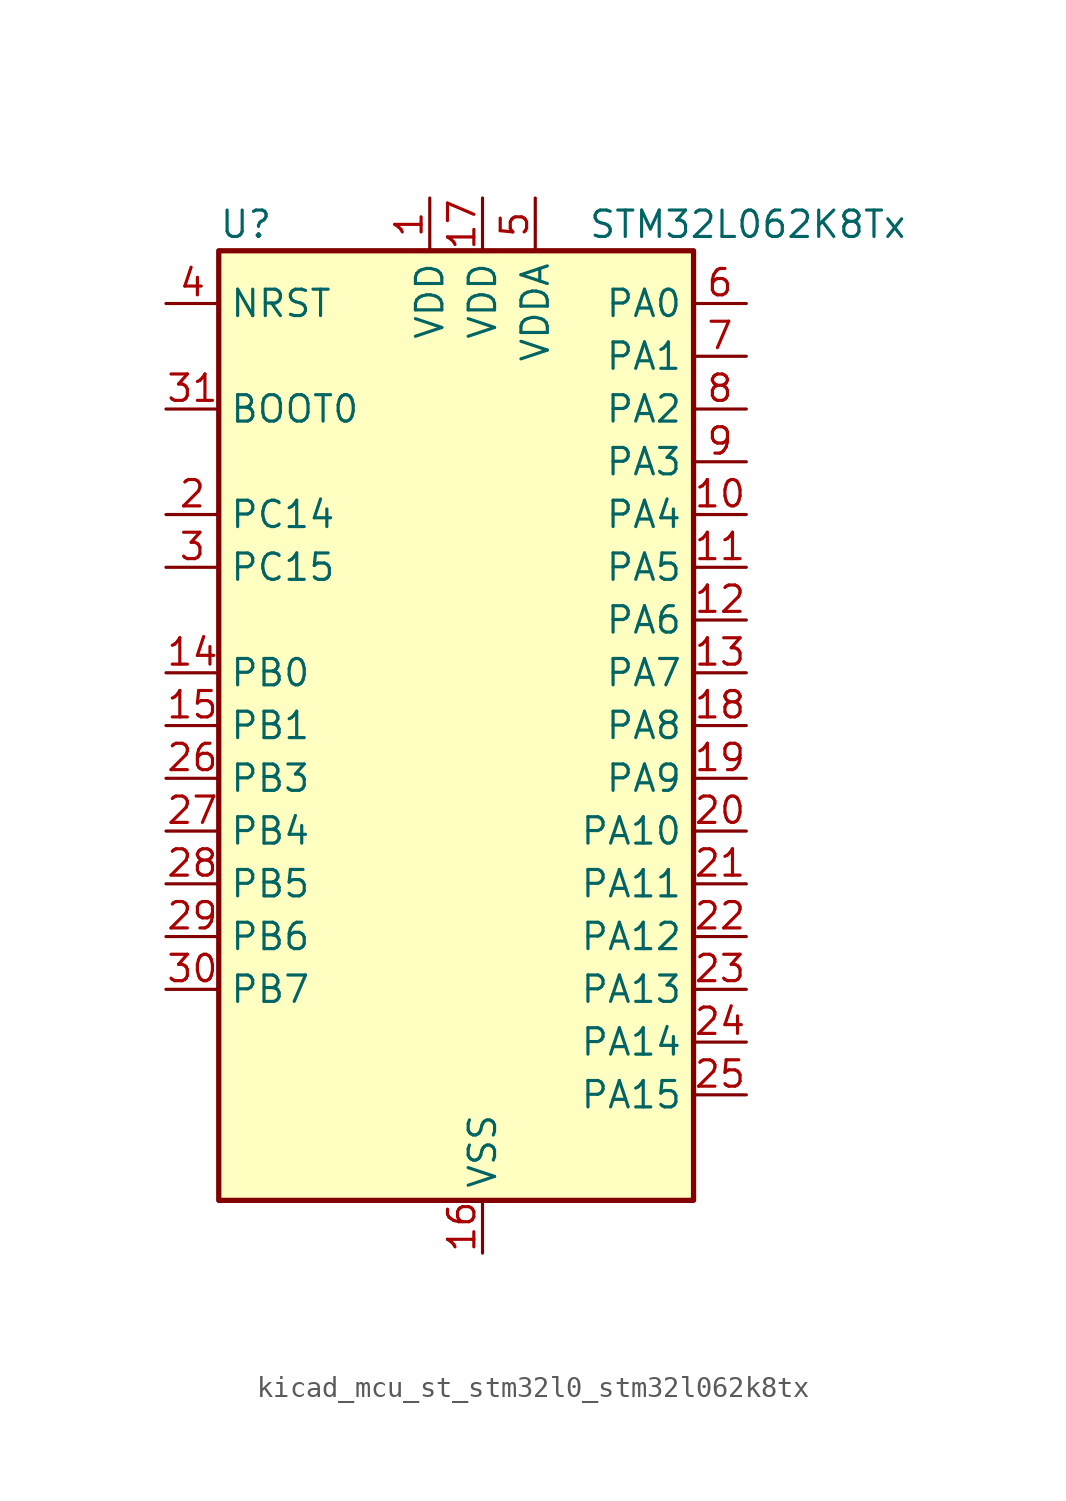
<source format=kicad_sym>
(kicad_symbol_lib
  (version 20220914)
  (generator kicad_symbol_editor)
  (symbol "kicad_mcu_st_stm32l0_stm32l062k8tx"
    (property "Reference" "U"
      (at -10.16 24.13 0)
      (effects (font (size 1.27 1.27)) (justify left)))
    (property "Value" "STM32L062K8Tx"
      (at 7.62 24.13 0)
      (effects (font (size 1.27 1.27)) (justify left)))
    (property "ki_locked" ""
      (at 0 0 0)
      (effects (font (size 1.27 1.27))))
    (symbol "kicad_mcu_st_stm32l0_stm32l062k8tx_0_1"
      (rectangle (start -10.16 -22.86) (end 12.7 22.86) (stroke (width 0.254) (type default)) (fill (type background))))
    (symbol "kicad_mcu_st_stm32l0_stm32l062k8tx_1_1"
      (pin power_in line (at 0 25.4 270) (length 2.54) (name "VDD" (effects (font (size 1.27 1.27)))) (number "1" (effects (font (size 1.27 1.27)))))
      (pin bidirectional line (at 15.24 10.16 180) (length 2.54) (name "PA4" (effects (font (size 1.27 1.27)))) (number "10" (effects (font (size 1.27 1.27)))) (alternate "ADC_IN4" bidirectional line) (alternate "COMP1_INM" bidirectional line) (alternate "COMP2_INM" bidirectional line) (alternate "DAC_OUT1" bidirectional line) (alternate "SPI1_NSS" bidirectional line) (alternate "TIM22_ETR" bidirectional line) (alternate "TSC_G2_IO1" bidirectional line) (alternate "USART2_CK" bidirectional line))
      (pin bidirectional line (at 15.24 7.62 180) (length 2.54) (name "PA5" (effects (font (size 1.27 1.27)))) (number "11" (effects (font (size 1.27 1.27)))) (alternate "ADC_IN5" bidirectional line) (alternate "COMP1_INM" bidirectional line) (alternate "COMP2_INM" bidirectional line) (alternate "SPI1_SCK" bidirectional line) (alternate "TIM2_CH1" bidirectional line) (alternate "TIM2_ETR" bidirectional line) (alternate "TSC_G2_IO2" bidirectional line))
      (pin bidirectional line (at 15.24 5.08 180) (length 2.54) (name "PA6" (effects (font (size 1.27 1.27)))) (number "12" (effects (font (size 1.27 1.27)))) (alternate "ADC_IN6" bidirectional line) (alternate "COMP1_OUT" bidirectional line) (alternate "SPI1_MISO" bidirectional line) (alternate "TIM22_CH1" bidirectional line) (alternate "TSC_G2_IO3" bidirectional line))
      (pin bidirectional line (at 15.24 2.54 180) (length 2.54) (name "PA7" (effects (font (size 1.27 1.27)))) (number "13" (effects (font (size 1.27 1.27)))) (alternate "ADC_IN7" bidirectional line) (alternate "COMP2_OUT" bidirectional line) (alternate "SPI1_MOSI" bidirectional line) (alternate "TIM22_CH2" bidirectional line) (alternate "TSC_G2_IO4" bidirectional line))
      (pin bidirectional line (at -12.7 2.54 0) (length 2.54) (name "PB0" (effects (font (size 1.27 1.27)))) (number "14" (effects (font (size 1.27 1.27)))) (alternate "ADC_IN8" bidirectional line) (alternate "SYS_VREF_OUT_PB0" bidirectional line) (alternate "TSC_G3_IO2" bidirectional line))
      (pin bidirectional line (at -12.7 0 0) (length 2.54) (name "PB1" (effects (font (size 1.27 1.27)))) (number "15" (effects (font (size 1.27 1.27)))) (alternate "ADC_IN9" bidirectional line) (alternate "SYS_VREF_OUT_PB1" bidirectional line) (alternate "TSC_G3_IO3" bidirectional line))
      (pin power_in line (at 2.54 -25.4 90) (length 2.54) (name "VSS" (effects (font (size 1.27 1.27)))) (number "16" (effects (font (size 1.27 1.27)))))
      (pin power_in line (at 2.54 25.4 270) (length 2.54) (name "VDD" (effects (font (size 1.27 1.27)))) (number "17" (effects (font (size 1.27 1.27)))))
      (pin bidirectional line (at 15.24 0 180) (length 2.54) (name "PA8" (effects (font (size 1.27 1.27)))) (number "18" (effects (font (size 1.27 1.27)))) (alternate "CRS_SYNC" bidirectional line) (alternate "RCC_MCO" bidirectional line) (alternate "USART1_CK" bidirectional line))
      (pin bidirectional line (at 15.24 -2.54 180) (length 2.54) (name "PA9" (effects (font (size 1.27 1.27)))) (number "19" (effects (font (size 1.27 1.27)))) (alternate "DAC_EXTI9" bidirectional line) (alternate "RCC_MCO" bidirectional line) (alternate "TSC_G4_IO1" bidirectional line) (alternate "USART1_TX" bidirectional line))
      (pin bidirectional line (at -12.7 10.16 0) (length 2.54) (name "PC14" (effects (font (size 1.27 1.27)))) (number "2" (effects (font (size 1.27 1.27)))) (alternate "RCC_OSC32_IN" bidirectional line))
      (pin bidirectional line (at 15.24 -5.08 180) (length 2.54) (name "PA10" (effects (font (size 1.27 1.27)))) (number "20" (effects (font (size 1.27 1.27)))) (alternate "TSC_G4_IO2" bidirectional line) (alternate "USART1_RX" bidirectional line))
      (pin bidirectional line (at 15.24 -7.62 180) (length 2.54) (name "PA11" (effects (font (size 1.27 1.27)))) (number "21" (effects (font (size 1.27 1.27)))) (alternate "ADC_EXTI11" bidirectional line) (alternate "COMP1_OUT" bidirectional line) (alternate "SPI1_MISO" bidirectional line) (alternate "TSC_G4_IO3" bidirectional line) (alternate "USART1_CTS" bidirectional line) (alternate "USB_DM" bidirectional line))
      (pin bidirectional line (at 15.24 -10.16 180) (length 2.54) (name "PA12" (effects (font (size 1.27 1.27)))) (number "22" (effects (font (size 1.27 1.27)))) (alternate "COMP2_OUT" bidirectional line) (alternate "SPI1_MOSI" bidirectional line) (alternate "TSC_G4_IO4" bidirectional line) (alternate "USART1_DE" bidirectional line) (alternate "USART1_RTS" bidirectional line) (alternate "USB_DP" bidirectional line))
      (pin bidirectional line (at 15.24 -12.7 180) (length 2.54) (name "PA13" (effects (font (size 1.27 1.27)))) (number "23" (effects (font (size 1.27 1.27)))) (alternate "SYS_SWDIO" bidirectional line) (alternate "USB_NOE" bidirectional line))
      (pin bidirectional line (at 15.24 -15.24 180) (length 2.54) (name "PA14" (effects (font (size 1.27 1.27)))) (number "24" (effects (font (size 1.27 1.27)))) (alternate "SYS_SWCLK" bidirectional line) (alternate "USART2_TX" bidirectional line))
      (pin bidirectional line (at 15.24 -17.78 180) (length 2.54) (name "PA15" (effects (font (size 1.27 1.27)))) (number "25" (effects (font (size 1.27 1.27)))) (alternate "SPI1_NSS" bidirectional line) (alternate "TIM2_CH1" bidirectional line) (alternate "TIM2_ETR" bidirectional line) (alternate "USART2_RX" bidirectional line))
      (pin bidirectional line (at -12.7 -2.54 0) (length 2.54) (name "PB3" (effects (font (size 1.27 1.27)))) (number "26" (effects (font (size 1.27 1.27)))) (alternate "COMP2_INM" bidirectional line) (alternate "SPI1_SCK" bidirectional line) (alternate "TIM2_CH2" bidirectional line) (alternate "TSC_G5_IO1" bidirectional line))
      (pin bidirectional line (at -12.7 -5.08 0) (length 2.54) (name "PB4" (effects (font (size 1.27 1.27)))) (number "27" (effects (font (size 1.27 1.27)))) (alternate "COMP2_INP" bidirectional line) (alternate "SPI1_MISO" bidirectional line) (alternate "TIM22_CH1" bidirectional line) (alternate "TSC_G5_IO2" bidirectional line))
      (pin bidirectional line (at -12.7 -7.62 0) (length 2.54) (name "PB5" (effects (font (size 1.27 1.27)))) (number "28" (effects (font (size 1.27 1.27)))) (alternate "COMP2_INP" bidirectional line) (alternate "I2C1_SMBA" bidirectional line) (alternate "LPTIM1_IN1" bidirectional line) (alternate "SPI1_MOSI" bidirectional line) (alternate "TIM22_CH2" bidirectional line))
      (pin bidirectional line (at -12.7 -10.16 0) (length 2.54) (name "PB6" (effects (font (size 1.27 1.27)))) (number "29" (effects (font (size 1.27 1.27)))) (alternate "COMP2_INP" bidirectional line) (alternate "I2C1_SCL" bidirectional line) (alternate "LPTIM1_ETR" bidirectional line) (alternate "TSC_G5_IO3" bidirectional line) (alternate "USART1_TX" bidirectional line))
      (pin bidirectional line (at -12.7 7.62 0) (length 2.54) (name "PC15" (effects (font (size 1.27 1.27)))) (number "3" (effects (font (size 1.27 1.27)))) (alternate "RCC_OSC32_OUT" bidirectional line))
      (pin bidirectional line (at -12.7 -12.7 0) (length 2.54) (name "PB7" (effects (font (size 1.27 1.27)))) (number "30" (effects (font (size 1.27 1.27)))) (alternate "COMP2_INP" bidirectional line) (alternate "I2C1_SDA" bidirectional line) (alternate "LPTIM1_IN2" bidirectional line) (alternate "SYS_PVD_IN" bidirectional line) (alternate "TSC_G5_IO4" bidirectional line) (alternate "USART1_RX" bidirectional line))
      (pin input line (at -12.7 15.24 0) (length 2.54) (name "BOOT0" (effects (font (size 1.27 1.27)))) (number "31" (effects (font (size 1.27 1.27)))))
      (pin passive line (at 2.54 -25.4 90) (length 2.54) hide (name "VSS" (effects (font (size 1.27 1.27)))) (number "32" (effects (font (size 1.27 1.27)))))
      (pin input line (at -12.7 20.32 0) (length 2.54) (name "NRST" (effects (font (size 1.27 1.27)))) (number "4" (effects (font (size 1.27 1.27)))))
      (pin power_in line (at 5.08 25.4 270) (length 2.54) (name "VDDA" (effects (font (size 1.27 1.27)))) (number "5" (effects (font (size 1.27 1.27)))))
      (pin bidirectional line (at 15.24 20.32 180) (length 2.54) (name "PA0" (effects (font (size 1.27 1.27)))) (number "6" (effects (font (size 1.27 1.27)))) (alternate "ADC_IN0" bidirectional line) (alternate "COMP1_INM" bidirectional line) (alternate "COMP1_OUT" bidirectional line) (alternate "RTC_TAMP2" bidirectional line) (alternate "SYS_WKUP1" bidirectional line) (alternate "TIM2_CH1" bidirectional line) (alternate "TIM2_ETR" bidirectional line) (alternate "TSC_G1_IO1" bidirectional line) (alternate "USART2_CTS" bidirectional line))
      (pin bidirectional line (at 15.24 17.78 180) (length 2.54) (name "PA1" (effects (font (size 1.27 1.27)))) (number "7" (effects (font (size 1.27 1.27)))) (alternate "ADC_IN1" bidirectional line) (alternate "COMP1_INP" bidirectional line) (alternate "TIM21_ETR" bidirectional line) (alternate "TIM2_CH2" bidirectional line) (alternate "TSC_G1_IO2" bidirectional line) (alternate "USART2_DE" bidirectional line) (alternate "USART2_RTS" bidirectional line))
      (pin bidirectional line (at 15.24 15.24 180) (length 2.54) (name "PA2" (effects (font (size 1.27 1.27)))) (number "8" (effects (font (size 1.27 1.27)))) (alternate "ADC_IN2" bidirectional line) (alternate "COMP2_INM" bidirectional line) (alternate "COMP2_OUT" bidirectional line) (alternate "TIM21_CH1" bidirectional line) (alternate "TIM2_CH3" bidirectional line) (alternate "TSC_G1_IO3" bidirectional line) (alternate "USART2_TX" bidirectional line))
      (pin bidirectional line (at 15.24 12.7 180) (length 2.54) (name "PA3" (effects (font (size 1.27 1.27)))) (number "9" (effects (font (size 1.27 1.27)))) (alternate "ADC_IN3" bidirectional line) (alternate "COMP2_INP" bidirectional line) (alternate "TIM21_CH2" bidirectional line) (alternate "TIM2_CH4" bidirectional line) (alternate "TSC_G1_IO4" bidirectional line) (alternate "USART2_RX" bidirectional line)))))
</source>
